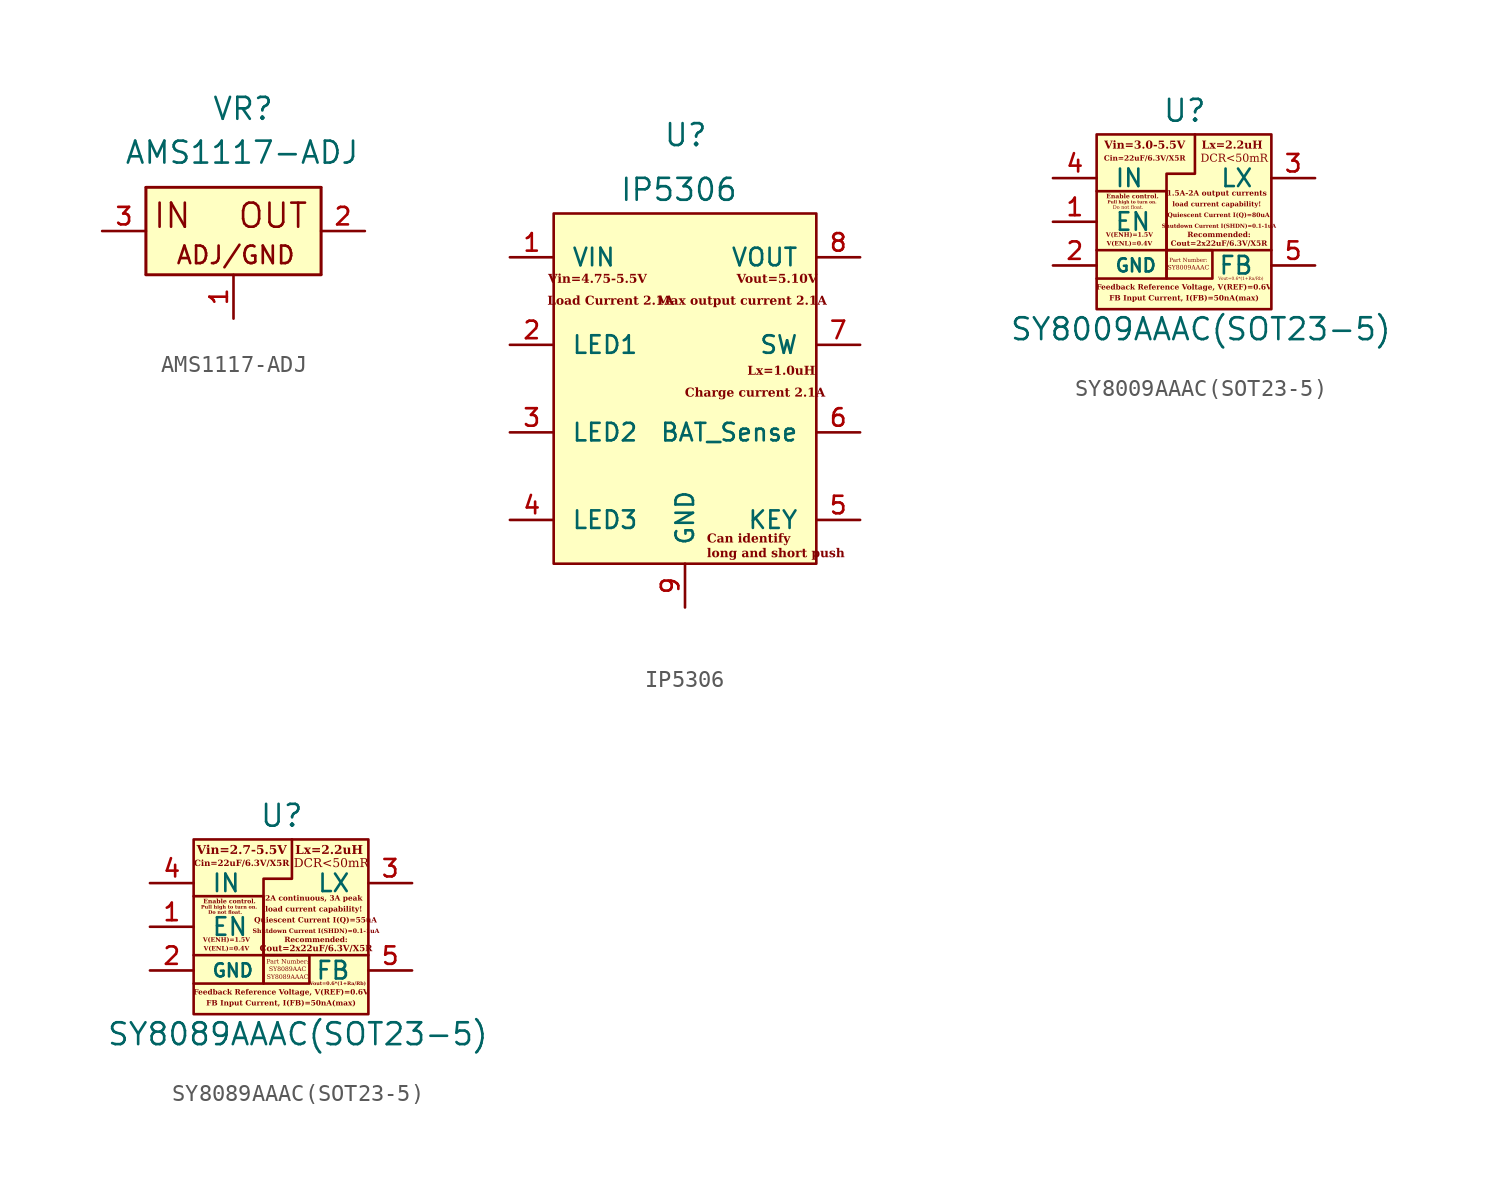
<source format=kicad_sym>
(kicad_symbol_lib
  (version 20220914)
  (generator kicad_symbol_editor)
  (symbol "AMS1117-ADJ"
    (pin_names
      (offset 1.016) hide)
    (property "Reference" "VR"
      (at -1.27 6.35 0)
      (effects (font (size 1.27 1.27)) (justify left bottom)))
    (property "Value" "AMS1117-ADJ"
      (at -6.35 3.81 0)
      (effects (font (size 1.27 1.27)) (justify left bottom)))
    (property "Datasheet" ""
      (at 0 0 0)
      (effects (font (size 2.54 2.54))))
    (symbol "AMS1117-ADJ_1_0"
      (rectangle (start -5.08 2.54) (end 5.08 -2.54) (stroke (width 0) (type default)) (fill (type background)))
      (polyline (pts (xy -5.08 -2.54) (xy 5.08 -2.54)) (stroke (width 0) (type solid)) (fill (type none)))
      (polyline (pts (xy -5.08 2.54) (xy -5.08 -2.54)) (stroke (width 0) (type solid)) (fill (type none)))
      (polyline (pts (xy 5.08 -2.54) (xy 5.08 2.54)) (stroke (width 0) (type solid)) (fill (type none)))
      (polyline (pts (xy 5.08 2.54) (xy -5.08 2.54)) (stroke (width 0) (type solid)) (fill (type background)))
      (text "ADJ/GND" (at 0.127 -1.397 0) (effects (font (size 1.016 1.016))))
      (text "IN" (at -3.556 0.889 0) (effects (font (size 1.397 1.397))))
      (text "OUT" (at 2.286 0.889 0) (effects (font (size 1.397 1.397)))))
    (symbol "AMS1117-ADJ_1_1"
      (pin input line (at 0 -5.08 90) (length 2.54) (name "ADJ/GND" (effects (font (size 1.016 1.016)))) (number "1" (effects (font (size 1.016 1.016)))))
      (pin power_out line (at 7.62 0 180) (length 2.54) (name "OUT" (effects (font (size 1.016 1.016)))) (number "2" (effects (font (size 1.016 1.016)))))
      (pin power_in line (at -7.62 0 0) (length 2.54) (name "IN" (effects (font (size 1.016 1.016)))) (number "3" (effects (font (size 1.016 1.016)))))))
  (symbol "IP5306"
    (pin_names
      (offset 1.016))
    (property "Reference" "U"
      (at -1.27 13.97 0)
      (effects (font (size 1.27 1.27)) (justify left bottom)))
    (property "Value" "IP5306"
      (at -3.81 10.795 0)
      (effects (font (size 1.27 1.27)) (justify left bottom)))
    (symbol "IP5306_0_1"
      (rectangle (start -7.62 10.16) (end 7.62 -10.16) (stroke (width 0) (type solid)) (fill (type background))))
    (symbol "IP5306_1_0"
      (text "Can identify \nlong and short push" (at 1.27 -9.144 0) (effects (font (face "Liberation Serif") (size 0.508 0.508) bold) (justify left)))
      (text "Charge current 2.1A" (at 4.064 -0.254 0) (effects (font (face "Liberation Serif") (size 0.508 0.508) bold)))
      (text "Load Current 2.1A" (at -4.318 5.08 0) (effects (font (face "Liberation Serif") (size 0.508 0.508) bold)))
      (text "Lx=1.0uH" (at 5.588 1.016 0) (effects (font (face "Liberation Serif") (size 0.508 0.508) bold)))
      (text "Max output current 2.1A" (at 3.302 5.08 0) (effects (font (face "Liberation Serif") (size 0.508 0.508) bold)))
      (text "Vin=4.75-5.5V" (at -5.08 6.35 0) (effects (font (face "Liberation Serif") (size 0.508 0.508) bold)))
      (text "Vout=5.10V" (at 5.334 6.35 0) (effects (font (face "Liberation Serif") (size 0.508 0.508) bold))))
    (symbol "IP5306_1_1"
      (pin power_in line (at -10.16 7.62 0) (length 2.54) (name "VIN" (effects (font (size 1.016 1.016)))) (number "1" (effects (font (size 1.016 1.016)))))
      (pin bidirectional line (at -10.16 2.54 0) (length 2.54) (name "LED1" (effects (font (size 1.016 1.016)))) (number "2" (effects (font (size 1.016 1.016)))))
      (pin bidirectional line (at -10.16 -2.54 0) (length 2.54) (name "LED2" (effects (font (size 1.016 1.016)))) (number "3" (effects (font (size 1.016 1.016)))))
      (pin bidirectional line (at -10.16 -7.62 0) (length 2.54) (name "LED3" (effects (font (size 1.016 1.016)))) (number "4" (effects (font (size 1.016 1.016)))))
      (pin input line (at 10.16 -7.62 180) (length 2.54) (name "KEY" (effects (font (size 1.016 1.016)))) (number "5" (effects (font (size 1.016 1.016)))))
      (pin input line (at 10.16 -2.54 180) (length 2.54) (name "BAT_Sense" (effects (font (size 1.016 1.016)))) (number "6" (effects (font (size 1.016 1.016)))))
      (pin output line (at 10.16 2.54 180) (length 2.54) (name "SW" (effects (font (size 1.016 1.016)))) (number "7" (effects (font (size 1.016 1.016)))))
      (pin power_out line (at 10.16 7.62 180) (length 2.54) (name "VOUT" (effects (font (size 1.016 1.016)))) (number "8" (effects (font (size 1.016 1.016)))))
      (pin power_in line (at 0 -12.7 90) (length 2.54) (name "GND" (effects (font (size 1.016 1.016)))) (number "9" (effects (font (size 1.016 1.016)))))))
  (symbol "SY8009AAAC(SOT23-5)"
    (pin_names
      (offset 1.016))
    (property "Reference" "U"
      (at -1.27 5.715 0)
      (effects (font (size 1.27 1.27)) (justify left bottom)))
    (property "Value" "SY8009AAAC(SOT23-5)"
      (at -10.16 -6.985 0)
      (effects (font (size 1.27 1.27)) (justify left bottom)))
    (symbol "SY8009AAAC(SOT23-5)_0_0"
      (rectangle (start -1.016 -1.651) (end 1.651 -3.302) (stroke (width 0) (type solid)) (fill (type none)))
      (polyline (pts (xy -1.016 -1.651) (xy -1.016 -3.302) (xy -5.08 -3.302)) (stroke (width 0) (type solid)) (fill (type none)))
      (polyline (pts (xy -5.08 1.778) (xy -1.016 1.778) (xy -1.016 0.254) (xy -1.016 -1.651) (xy -5.08 -1.651)) (stroke (width 0) (type solid)) (fill (type none)))
      (polyline (pts (xy 0.635 5.08) (xy 0.635 4.191) (xy 0.635 2.794) (xy -1.016 2.794) (xy -1.016 1.016) (xy -1.016 -1.651) (xy 5.08 -1.651)) (stroke (width 0) (type solid)) (fill (type none))))
    (symbol "SY8009AAAC(SOT23-5)_0_1"
      (rectangle (start -5.08 5.08) (end 5.08 -5.08) (stroke (width 0) (type solid)) (fill (type background))))
    (symbol "SY8009AAAC(SOT23-5)_1_0"
      (text "1.5A-2A output currents" (at 1.905 1.651 0) (effects (font (face "Liberation Serif") (size 0.305 0.305) bold)))
      (text "Cin=22uF/6.3V/X5R" (at -2.286 3.683 0) (effects (font (face "Liberation Serif") (size 0.305 0.305) bold)))
      (text "Cout=2x22uF/6.3V/X5R" (at 2.032 -1.27 0) (effects (font (face "Liberation Serif") (size 0.305 0.305) bold)))
      (text "DCR<50mR" (at 2.921 3.683 0) (effects (font (face "Liberation Serif") (size 0.457 0.457))))
      (text "Do not float." (at -3.251 0.838 0) (effects (font (face "Liberation Serif") (size 0.203 0.203))))
      (text "Enable control." (at -2.997 1.473 0) (effects (font (face "Liberation Serif") (size 0.254 0.254) bold)))
      (text "FB Input Current, I(FB)=50nA(max)" (at 0 -4.445 0) (effects (font (face "Liberation Serif") (size 0.305 0.305) bold)))
      (text "Feedback Reference Voltage, V(REF)=0.6V" (at 0 -3.81 0) (effects (font (face "Liberation Serif") (size 0.305 0.305) bold)))
      (text "load current capability!" (at 1.905 1.016 0) (effects (font (face "Liberation Serif") (size 0.279 0.279) bold)))
      (text "Lx=2.2uH" (at 2.794 4.445 0) (effects (font (face "Liberation Serif") (size 0.457 0.457) bold)))
      (text "Part Number:" (at 0.254 -2.235 0) (effects (font (face "Liberation Serif") (size 0.229 0.229) italic)))
      (text "Pull high to turn on." (at -3.023 1.143 0) (effects (font (face "Liberation Serif") (size 0.178 0.178) bold)))
      (text "Quiescent Current I(Q)=80uA" (at 2.007 0.381 0) (effects (font (face "Liberation Serif") (size 0.254 0.254) bold)))
      (text "Recommended:" (at 2.032 -0.762 0) (effects (font (face "Liberation Serif") (size 0.305 0.305) bold)))
      (text "Shutdown Current I(SHDN)=0.1-1uA" (at 2.032 -0.254 0) (effects (font (face "Liberation Serif") (size 0.229 0.229) bold)))
      (text "SY8009AAAC" (at 0.254 -2.667 0) (effects (font (face "Liberation Serif") (size 0.254 0.254) italic)))
      (text "V(ENH)=1.5V" (at -3.175 -0.762 0) (effects (font (face "Liberation Serif") (size 0.254 0.254) bold)))
      (text "V(ENL)=0.4V" (at -3.175 -1.27 0) (effects (font (face "Liberation Serif") (size 0.254 0.254) bold)))
      (text "Vin=3.0-5.5V" (at -2.286 4.445 0) (effects (font (face "Liberation Serif") (size 0.457 0.457) bold)))
      (text "Vout=0.6*(1+Ra/Rb)" (at 3.302 -3.302 0) (effects (font (face "Liberation Serif") (size 0.178 0.178) italic))))
    (symbol "SY8009AAAC(SOT23-5)_1_1"
      (pin input line (at -7.62 0 0) (length 2.54) (name "EN" (effects (font (size 1.016 1.016)))) (number "1" (effects (font (size 1.016 1.016)))))
      (pin power_in line (at -7.62 -2.54 0) (length 2.54) (name "GND" (effects (font (size 0.762 0.762)))) (number "2" (effects (font (size 1.016 1.016)))))
      (pin output line (at 7.62 2.54 180) (length 2.54) (name "LX" (effects (font (size 1.016 1.016)))) (number "3" (effects (font (size 1.016 1.016)))))
      (pin power_in line (at -7.62 2.54 0) (length 2.54) (name "IN" (effects (font (size 1.016 1.016)))) (number "4" (effects (font (size 1.016 1.016)))))
      (pin input line (at 7.62 -2.54 180) (length 2.54) (name "FB" (effects (font (size 1.016 1.016)))) (number "5" (effects (font (size 1.016 1.016)))))))
  (symbol "SY8089AAAC(SOT23-5)"
    (pin_names
      (offset 1.016))
    (property "Reference" "U"
      (at -1.27 5.715 0)
      (effects (font (size 1.27 1.27)) (justify left bottom)))
    (property "Value" "SY8089AAAC(SOT23-5)"
      (at -10.16 -6.985 0)
      (effects (font (size 1.27 1.27)) (justify left bottom)))
    (symbol "SY8089AAAC(SOT23-5)_0_0"
      (rectangle (start -1.016 -1.651) (end 1.651 -3.302) (stroke (width 0) (type solid)) (fill (type none)))
      (polyline (pts (xy -1.016 -1.651) (xy -1.016 -3.302) (xy -5.08 -3.302)) (stroke (width 0) (type solid)) (fill (type none)))
      (polyline (pts (xy -5.08 1.778) (xy -1.016 1.778) (xy -1.016 0.254) (xy -1.016 -1.651) (xy -5.08 -1.651)) (stroke (width 0) (type solid)) (fill (type none)))
      (polyline (pts (xy 0.635 5.08) (xy 0.635 4.191) (xy 0.635 2.794) (xy -1.016 2.794) (xy -1.016 1.016) (xy -1.016 -1.651) (xy 5.08 -1.651)) (stroke (width 0) (type solid)) (fill (type none))))
    (symbol "SY8089AAAC(SOT23-5)_0_1"
      (rectangle (start -5.08 5.08) (end 5.08 -5.08) (stroke (width 0) (type solid)) (fill (type background))))
    (symbol "SY8089AAAC(SOT23-5)_1_0"
      (text "2A continuous, 3A peak" (at 1.905 1.651 0) (effects (font (face "Liberation Serif") (size 0.305 0.305) bold)))
      (text "Cin=22uF/6.3V/X5R" (at -2.286 3.683 0) (effects (font (face "Liberation Serif") (size 0.356 0.356) bold)))
      (text "Cout=2x22uF/6.3V/X5R" (at 2.032 -1.27 0) (effects (font (face "Liberation Serif") (size 0.356 0.356) bold)))
      (text "DCR<50mR" (at 2.921 3.683 0) (effects (font (face "Liberation Serif") (size 0.508 0.508))))
      (text "Do not float." (at -3.251 0.838 0) (effects (font (face "Liberation Serif") (size 0.203 0.203) bold)))
      (text "Enable control." (at -2.997 1.473 0) (effects (font (face "Liberation Serif") (size 0.254 0.254) bold)))
      (text "FB Input Current, I(FB)=50nA(max)" (at 0 -4.445 0) (effects (font (face "Liberation Serif") (size 0.305 0.305) bold)))
      (text "Feedback Reference Voltage, V(REF)=0.6V" (at 0 -3.81 0) (effects (font (face "Liberation Serif") (size 0.305 0.305) bold)))
      (text "load current capability!" (at 1.905 1.016 0) (effects (font (face "Liberation Serif") (size 0.305 0.305) bold)))
      (text "Lx=2.2uH" (at 2.794 4.445 0) (effects (font (face "Liberation Serif") (size 0.508 0.508) bold)))
      (text "Part Number:" (at 0.381 -2.032 0) (effects (font (face "Liberation Serif") (size 0.254 0.254) italic)))
      (text "Pull high to turn on." (at -3.023 1.143 0) (effects (font (face "Liberation Serif") (size 0.203 0.203) bold)))
      (text "Quiescent Current I(Q)=55uA" (at 2.007 0.381 0) (effects (font (face "Liberation Serif") (size 0.305 0.305) bold)))
      (text "Recommended:" (at 2.032 -0.762 0) (effects (font (face "Liberation Serif") (size 0.305 0.305) bold)))
      (text "Shutdown Current I(SHDN)=0.1-1uA" (at 2.032 -0.254 0) (effects (font (face "Liberation Serif") (size 0.254 0.254) bold)))
      (text "SY8089AAAC" (at 0.381 -2.921 0) (effects (font (face "Liberation Serif") (size 0.254 0.254) italic)))
      (text "SY8089AAC" (at 0.381 -2.464 0) (effects (font (face "Liberation Serif") (size 0.254 0.254) italic)))
      (text "V(ENH)=1.5V" (at -3.175 -0.762 0) (effects (font (face "Liberation Serif") (size 0.254 0.254) bold)))
      (text "V(ENL)=0.4V" (at -3.175 -1.27 0) (effects (font (face "Liberation Serif") (size 0.254 0.254) bold)))
      (text "Vin=2.7-5.5V" (at -2.286 4.445 0) (effects (font (face "Liberation Serif") (size 0.508 0.508) bold)))
      (text "Vout=0.6*(1+Ra/Rb)" (at 3.302 -3.302 0) (effects (font (face "Liberation Serif") (size 0.203 0.203) bold italic))))
    (symbol "SY8089AAAC(SOT23-5)_1_1"
      (pin input line (at -7.62 0 0) (length 2.54) (name "EN" (effects (font (size 1.016 1.016)))) (number "1" (effects (font (size 1.016 1.016)))))
      (pin power_in line (at -7.62 -2.54 0) (length 2.54) (name "GND" (effects (font (size 0.762 0.762)))) (number "2" (effects (font (size 1.016 1.016)))))
      (pin output line (at 7.62 2.54 180) (length 2.54) (name "LX" (effects (font (size 1.016 1.016)))) (number "3" (effects (font (size 1.016 1.016)))))
      (pin power_in line (at -7.62 2.54 0) (length 2.54) (name "IN" (effects (font (size 1.016 1.016)))) (number "4" (effects (font (size 1.016 1.016)))))
      (pin input line (at 7.62 -2.54 180) (length 2.54) (name "FB" (effects (font (size 1.016 1.016)))) (number "5" (effects (font (size 1.016 1.016))))))))
</source>
